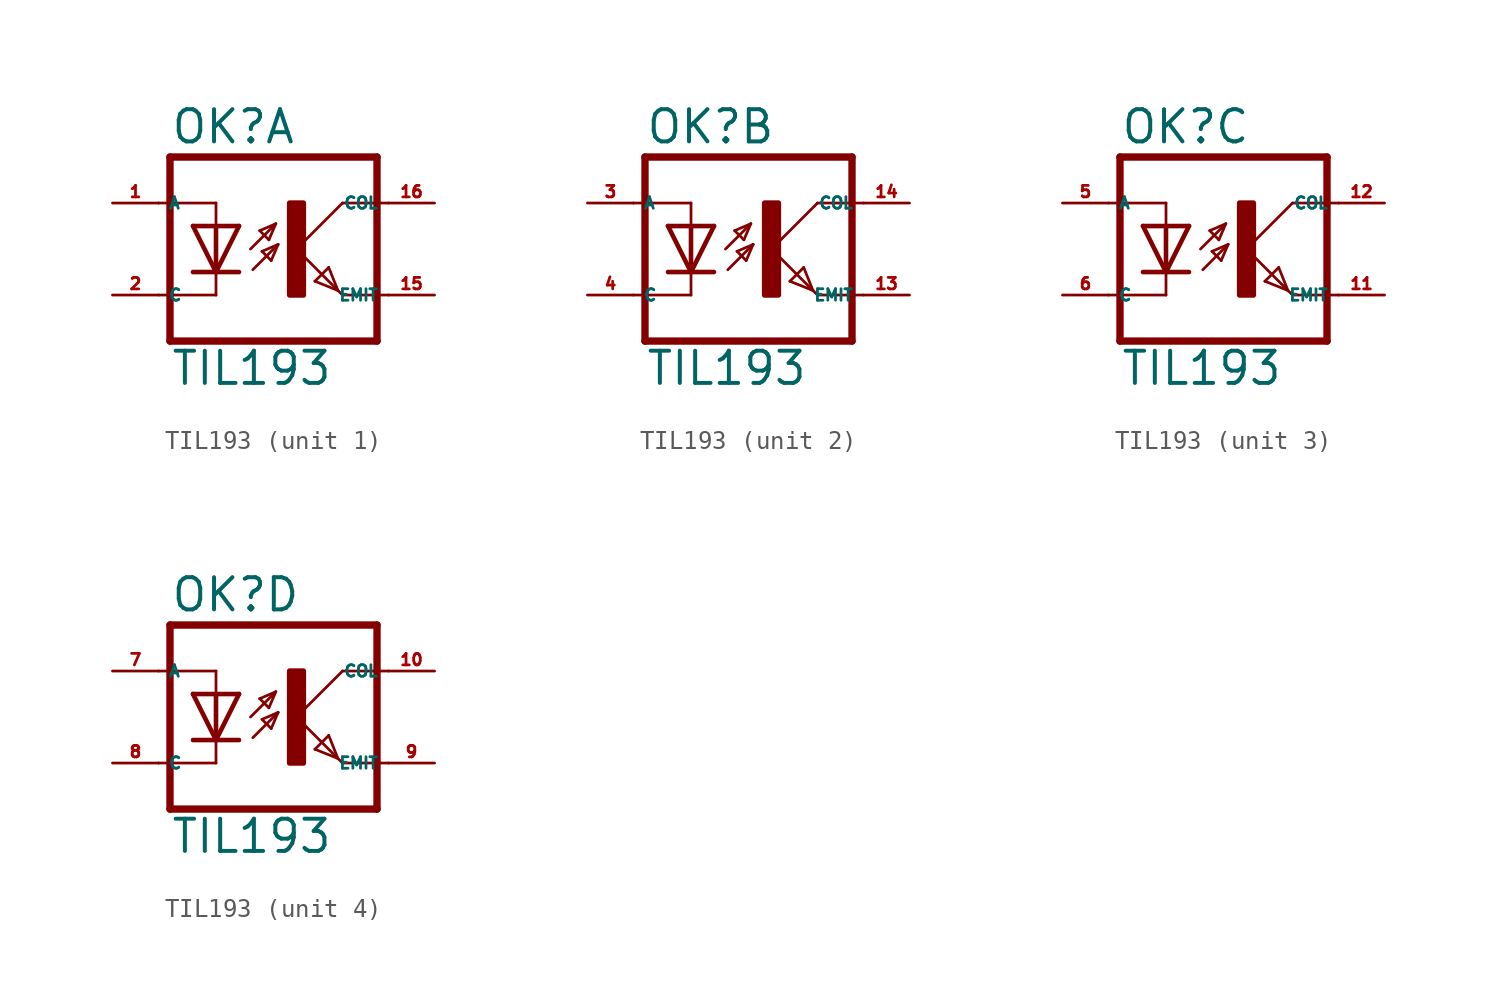
<source format=kicad_sym>
(kicad_symbol_lib
  (version 20220914)
  (generator kicad_symbol_editor)
  (symbol "TIL193"
    (property "Reference" "OK"
      (at -6.985 5.715 0)
      (effects (font (size 1.778 1.778) (thickness 0.22)) (justify left bottom)))
    (property "Value" "TIL193"
      (at -6.985 -7.62 0)
      (effects (font (size 1.778 1.778) (thickness 0.22)) (justify left bottom)))
    (symbol "TIL193_1_0"
      (rectangle (start -0.381 -2.54) (end 0.381 2.54) (stroke (width 0.3) (type default)) (fill (type outline)))
      (polyline (pts (xy -6.985 -5.08) (xy 4.445 -5.08)) (stroke (width 0.406) (type default)) (fill (type none)))
      (polyline (pts (xy -6.985 5.08) (xy -6.985 -5.08)) (stroke (width 0.406) (type default)) (fill (type none)))
      (polyline (pts (xy -6.985 5.08) (xy 4.445 5.08)) (stroke (width 0.406) (type default)) (fill (type none)))
      (polyline (pts (xy -4.445 -2.54) (xy -7.62 -2.54)) (stroke (width 0.152) (type default)) (fill (type none)))
      (polyline (pts (xy -4.445 -1.27) (xy -5.715 -1.27)) (stroke (width 0.254) (type default)) (fill (type none)))
      (polyline (pts (xy -4.445 -1.27) (xy -5.715 1.27)) (stroke (width 0.254) (type default)) (fill (type none)))
      (polyline (pts (xy -4.445 -1.27) (xy -4.445 -2.54)) (stroke (width 0.152) (type default)) (fill (type none)))
      (polyline (pts (xy -4.445 1.27) (xy -5.715 1.27)) (stroke (width 0.254) (type default)) (fill (type none)))
      (polyline (pts (xy -4.445 1.27) (xy -4.445 -1.27)) (stroke (width 0.254) (type default)) (fill (type none)))
      (polyline (pts (xy -4.445 2.54) (xy -7.62 2.54)) (stroke (width 0.152) (type default)) (fill (type none)))
      (polyline (pts (xy -4.445 2.54) (xy -4.445 1.27)) (stroke (width 0.152) (type default)) (fill (type none)))
      (polyline (pts (xy -3.175 -1.27) (xy -4.445 -1.27)) (stroke (width 0.254) (type default)) (fill (type none)))
      (polyline (pts (xy -3.175 1.27) (xy -4.445 -1.27)) (stroke (width 0.254) (type default)) (fill (type none)))
      (polyline (pts (xy -3.175 1.27) (xy -4.445 1.27)) (stroke (width 0.254) (type default)) (fill (type none)))
      (polyline (pts (xy -2.54 0) (xy -1.143 1.397)) (stroke (width 0.152) (type default)) (fill (type none)))
      (polyline (pts (xy -2.413 -1.143) (xy -1.016 0.254)) (stroke (width 0.152) (type default)) (fill (type none)))
      (polyline (pts (xy -2.032 1.016) (xy -1.524 0.508)) (stroke (width 0.152) (type default)) (fill (type none)))
      (polyline (pts (xy -1.905 -0.127) (xy -1.397 -0.635)) (stroke (width 0.152) (type default)) (fill (type none)))
      (polyline (pts (xy -1.524 0.508) (xy -1.143 1.397)) (stroke (width 0.152) (type default)) (fill (type none)))
      (polyline (pts (xy -1.397 -0.635) (xy -1.016 0.254)) (stroke (width 0.152) (type default)) (fill (type none)))
      (polyline (pts (xy -1.143 1.397) (xy -2.032 1.016)) (stroke (width 0.152) (type default)) (fill (type none)))
      (polyline (pts (xy -1.016 0.254) (xy -1.905 -0.127)) (stroke (width 0.152) (type default)) (fill (type none)))
      (polyline (pts (xy 0 0) (xy 2.286 -2.286)) (stroke (width 0.152) (type default)) (fill (type none)))
      (polyline (pts (xy 1.016 -1.778) (xy 1.778 -1.016)) (stroke (width 0.152) (type default)) (fill (type none)))
      (polyline (pts (xy 1.778 -1.016) (xy 2.286 -2.286)) (stroke (width 0.152) (type default)) (fill (type none)))
      (polyline (pts (xy 2.286 -2.286) (xy 1.016 -1.778)) (stroke (width 0.152) (type default)) (fill (type none)))
      (polyline (pts (xy 2.286 -2.286) (xy 2.54 -2.54)) (stroke (width 0.152) (type default)) (fill (type none)))
      (polyline (pts (xy 2.54 -2.54) (xy 5.08 -2.54)) (stroke (width 0.152) (type default)) (fill (type none)))
      (polyline (pts (xy 2.54 2.54) (xy 0 0)) (stroke (width 0.152) (type default)) (fill (type none)))
      (polyline (pts (xy 2.54 2.54) (xy 5.08 2.54)) (stroke (width 0.152) (type default)) (fill (type none)))
      (polyline (pts (xy 4.445 5.08) (xy 4.445 -5.08)) (stroke (width 0.406) (type default)) (fill (type none)))
      (pin passive line (at -10.16 2.54 0) (length 2.54) (name "A" (effects (font (size 0.635 0.635)))) (number "1" (effects (font (size 0.635 0.635)))))
      (pin passive line (at 7.62 -2.54 180) (length 2.54) (name "EMIT" (effects (font (size 0.635 0.635)))) (number "15" (effects (font (size 0.635 0.635)))))
      (pin passive line (at 7.62 2.54 180) (length 2.54) (name "COL" (effects (font (size 0.635 0.635)))) (number "16" (effects (font (size 0.635 0.635)))))
      (pin passive line (at -10.16 -2.54 0) (length 2.54) (name "C" (effects (font (size 0.635 0.635)))) (number "2" (effects (font (size 0.635 0.635))))))
    (symbol "TIL193_2_0"
      (rectangle (start -0.381 -2.54) (end 0.381 2.54) (stroke (width 0.3) (type default)) (fill (type outline)))
      (polyline (pts (xy -6.985 -5.08) (xy 4.445 -5.08)) (stroke (width 0.406) (type default)) (fill (type none)))
      (polyline (pts (xy -6.985 5.08) (xy -6.985 -5.08)) (stroke (width 0.406) (type default)) (fill (type none)))
      (polyline (pts (xy -6.985 5.08) (xy 4.445 5.08)) (stroke (width 0.406) (type default)) (fill (type none)))
      (polyline (pts (xy -4.445 -2.54) (xy -7.62 -2.54)) (stroke (width 0.152) (type default)) (fill (type none)))
      (polyline (pts (xy -4.445 -1.27) (xy -5.715 -1.27)) (stroke (width 0.254) (type default)) (fill (type none)))
      (polyline (pts (xy -4.445 -1.27) (xy -5.715 1.27)) (stroke (width 0.254) (type default)) (fill (type none)))
      (polyline (pts (xy -4.445 -1.27) (xy -4.445 -2.54)) (stroke (width 0.152) (type default)) (fill (type none)))
      (polyline (pts (xy -4.445 1.27) (xy -5.715 1.27)) (stroke (width 0.254) (type default)) (fill (type none)))
      (polyline (pts (xy -4.445 1.27) (xy -4.445 -1.27)) (stroke (width 0.254) (type default)) (fill (type none)))
      (polyline (pts (xy -4.445 2.54) (xy -7.62 2.54)) (stroke (width 0.152) (type default)) (fill (type none)))
      (polyline (pts (xy -4.445 2.54) (xy -4.445 1.27)) (stroke (width 0.152) (type default)) (fill (type none)))
      (polyline (pts (xy -3.175 -1.27) (xy -4.445 -1.27)) (stroke (width 0.254) (type default)) (fill (type none)))
      (polyline (pts (xy -3.175 1.27) (xy -4.445 -1.27)) (stroke (width 0.254) (type default)) (fill (type none)))
      (polyline (pts (xy -3.175 1.27) (xy -4.445 1.27)) (stroke (width 0.254) (type default)) (fill (type none)))
      (polyline (pts (xy -2.54 0) (xy -1.143 1.397)) (stroke (width 0.152) (type default)) (fill (type none)))
      (polyline (pts (xy -2.413 -1.143) (xy -1.016 0.254)) (stroke (width 0.152) (type default)) (fill (type none)))
      (polyline (pts (xy -2.032 1.016) (xy -1.524 0.508)) (stroke (width 0.152) (type default)) (fill (type none)))
      (polyline (pts (xy -1.905 -0.127) (xy -1.397 -0.635)) (stroke (width 0.152) (type default)) (fill (type none)))
      (polyline (pts (xy -1.524 0.508) (xy -1.143 1.397)) (stroke (width 0.152) (type default)) (fill (type none)))
      (polyline (pts (xy -1.397 -0.635) (xy -1.016 0.254)) (stroke (width 0.152) (type default)) (fill (type none)))
      (polyline (pts (xy -1.143 1.397) (xy -2.032 1.016)) (stroke (width 0.152) (type default)) (fill (type none)))
      (polyline (pts (xy -1.016 0.254) (xy -1.905 -0.127)) (stroke (width 0.152) (type default)) (fill (type none)))
      (polyline (pts (xy 0 0) (xy 2.286 -2.286)) (stroke (width 0.152) (type default)) (fill (type none)))
      (polyline (pts (xy 1.016 -1.778) (xy 1.778 -1.016)) (stroke (width 0.152) (type default)) (fill (type none)))
      (polyline (pts (xy 1.778 -1.016) (xy 2.286 -2.286)) (stroke (width 0.152) (type default)) (fill (type none)))
      (polyline (pts (xy 2.286 -2.286) (xy 1.016 -1.778)) (stroke (width 0.152) (type default)) (fill (type none)))
      (polyline (pts (xy 2.286 -2.286) (xy 2.54 -2.54)) (stroke (width 0.152) (type default)) (fill (type none)))
      (polyline (pts (xy 2.54 -2.54) (xy 5.08 -2.54)) (stroke (width 0.152) (type default)) (fill (type none)))
      (polyline (pts (xy 2.54 2.54) (xy 0 0)) (stroke (width 0.152) (type default)) (fill (type none)))
      (polyline (pts (xy 2.54 2.54) (xy 5.08 2.54)) (stroke (width 0.152) (type default)) (fill (type none)))
      (polyline (pts (xy 4.445 5.08) (xy 4.445 -5.08)) (stroke (width 0.406) (type default)) (fill (type none)))
      (pin passive line (at 7.62 -2.54 180) (length 2.54) (name "EMIT" (effects (font (size 0.635 0.635)))) (number "13" (effects (font (size 0.635 0.635)))))
      (pin passive line (at 7.62 2.54 180) (length 2.54) (name "COL" (effects (font (size 0.635 0.635)))) (number "14" (effects (font (size 0.635 0.635)))))
      (pin passive line (at -10.16 2.54 0) (length 2.54) (name "A" (effects (font (size 0.635 0.635)))) (number "3" (effects (font (size 0.635 0.635)))))
      (pin passive line (at -10.16 -2.54 0) (length 2.54) (name "C" (effects (font (size 0.635 0.635)))) (number "4" (effects (font (size 0.635 0.635))))))
    (symbol "TIL193_3_0"
      (rectangle (start -0.381 -2.54) (end 0.381 2.54) (stroke (width 0.3) (type default)) (fill (type outline)))
      (polyline (pts (xy -6.985 -5.08) (xy 4.445 -5.08)) (stroke (width 0.406) (type default)) (fill (type none)))
      (polyline (pts (xy -6.985 5.08) (xy -6.985 -5.08)) (stroke (width 0.406) (type default)) (fill (type none)))
      (polyline (pts (xy -6.985 5.08) (xy 4.445 5.08)) (stroke (width 0.406) (type default)) (fill (type none)))
      (polyline (pts (xy -4.445 -2.54) (xy -7.62 -2.54)) (stroke (width 0.152) (type default)) (fill (type none)))
      (polyline (pts (xy -4.445 -1.27) (xy -5.715 -1.27)) (stroke (width 0.254) (type default)) (fill (type none)))
      (polyline (pts (xy -4.445 -1.27) (xy -5.715 1.27)) (stroke (width 0.254) (type default)) (fill (type none)))
      (polyline (pts (xy -4.445 -1.27) (xy -4.445 -2.54)) (stroke (width 0.152) (type default)) (fill (type none)))
      (polyline (pts (xy -4.445 1.27) (xy -5.715 1.27)) (stroke (width 0.254) (type default)) (fill (type none)))
      (polyline (pts (xy -4.445 1.27) (xy -4.445 -1.27)) (stroke (width 0.254) (type default)) (fill (type none)))
      (polyline (pts (xy -4.445 2.54) (xy -7.62 2.54)) (stroke (width 0.152) (type default)) (fill (type none)))
      (polyline (pts (xy -4.445 2.54) (xy -4.445 1.27)) (stroke (width 0.152) (type default)) (fill (type none)))
      (polyline (pts (xy -3.175 -1.27) (xy -4.445 -1.27)) (stroke (width 0.254) (type default)) (fill (type none)))
      (polyline (pts (xy -3.175 1.27) (xy -4.445 -1.27)) (stroke (width 0.254) (type default)) (fill (type none)))
      (polyline (pts (xy -3.175 1.27) (xy -4.445 1.27)) (stroke (width 0.254) (type default)) (fill (type none)))
      (polyline (pts (xy -2.54 0) (xy -1.143 1.397)) (stroke (width 0.152) (type default)) (fill (type none)))
      (polyline (pts (xy -2.413 -1.143) (xy -1.016 0.254)) (stroke (width 0.152) (type default)) (fill (type none)))
      (polyline (pts (xy -2.032 1.016) (xy -1.524 0.508)) (stroke (width 0.152) (type default)) (fill (type none)))
      (polyline (pts (xy -1.905 -0.127) (xy -1.397 -0.635)) (stroke (width 0.152) (type default)) (fill (type none)))
      (polyline (pts (xy -1.524 0.508) (xy -1.143 1.397)) (stroke (width 0.152) (type default)) (fill (type none)))
      (polyline (pts (xy -1.397 -0.635) (xy -1.016 0.254)) (stroke (width 0.152) (type default)) (fill (type none)))
      (polyline (pts (xy -1.143 1.397) (xy -2.032 1.016)) (stroke (width 0.152) (type default)) (fill (type none)))
      (polyline (pts (xy -1.016 0.254) (xy -1.905 -0.127)) (stroke (width 0.152) (type default)) (fill (type none)))
      (polyline (pts (xy 0 0) (xy 2.286 -2.286)) (stroke (width 0.152) (type default)) (fill (type none)))
      (polyline (pts (xy 1.016 -1.778) (xy 1.778 -1.016)) (stroke (width 0.152) (type default)) (fill (type none)))
      (polyline (pts (xy 1.778 -1.016) (xy 2.286 -2.286)) (stroke (width 0.152) (type default)) (fill (type none)))
      (polyline (pts (xy 2.286 -2.286) (xy 1.016 -1.778)) (stroke (width 0.152) (type default)) (fill (type none)))
      (polyline (pts (xy 2.286 -2.286) (xy 2.54 -2.54)) (stroke (width 0.152) (type default)) (fill (type none)))
      (polyline (pts (xy 2.54 -2.54) (xy 5.08 -2.54)) (stroke (width 0.152) (type default)) (fill (type none)))
      (polyline (pts (xy 2.54 2.54) (xy 0 0)) (stroke (width 0.152) (type default)) (fill (type none)))
      (polyline (pts (xy 2.54 2.54) (xy 5.08 2.54)) (stroke (width 0.152) (type default)) (fill (type none)))
      (polyline (pts (xy 4.445 5.08) (xy 4.445 -5.08)) (stroke (width 0.406) (type default)) (fill (type none)))
      (pin passive line (at 7.62 -2.54 180) (length 2.54) (name "EMIT" (effects (font (size 0.635 0.635)))) (number "11" (effects (font (size 0.635 0.635)))))
      (pin passive line (at 7.62 2.54 180) (length 2.54) (name "COL" (effects (font (size 0.635 0.635)))) (number "12" (effects (font (size 0.635 0.635)))))
      (pin passive line (at -10.16 2.54 0) (length 2.54) (name "A" (effects (font (size 0.635 0.635)))) (number "5" (effects (font (size 0.635 0.635)))))
      (pin passive line (at -10.16 -2.54 0) (length 2.54) (name "C" (effects (font (size 0.635 0.635)))) (number "6" (effects (font (size 0.635 0.635))))))
    (symbol "TIL193_4_0"
      (rectangle (start -0.381 -2.54) (end 0.381 2.54) (stroke (width 0.3) (type default)) (fill (type outline)))
      (polyline (pts (xy -6.985 -5.08) (xy 4.445 -5.08)) (stroke (width 0.406) (type default)) (fill (type none)))
      (polyline (pts (xy -6.985 5.08) (xy -6.985 -5.08)) (stroke (width 0.406) (type default)) (fill (type none)))
      (polyline (pts (xy -6.985 5.08) (xy 4.445 5.08)) (stroke (width 0.406) (type default)) (fill (type none)))
      (polyline (pts (xy -4.445 -2.54) (xy -7.62 -2.54)) (stroke (width 0.152) (type default)) (fill (type none)))
      (polyline (pts (xy -4.445 -1.27) (xy -5.715 -1.27)) (stroke (width 0.254) (type default)) (fill (type none)))
      (polyline (pts (xy -4.445 -1.27) (xy -5.715 1.27)) (stroke (width 0.254) (type default)) (fill (type none)))
      (polyline (pts (xy -4.445 -1.27) (xy -4.445 -2.54)) (stroke (width 0.152) (type default)) (fill (type none)))
      (polyline (pts (xy -4.445 1.27) (xy -5.715 1.27)) (stroke (width 0.254) (type default)) (fill (type none)))
      (polyline (pts (xy -4.445 1.27) (xy -4.445 -1.27)) (stroke (width 0.254) (type default)) (fill (type none)))
      (polyline (pts (xy -4.445 2.54) (xy -7.62 2.54)) (stroke (width 0.152) (type default)) (fill (type none)))
      (polyline (pts (xy -4.445 2.54) (xy -4.445 1.27)) (stroke (width 0.152) (type default)) (fill (type none)))
      (polyline (pts (xy -3.175 -1.27) (xy -4.445 -1.27)) (stroke (width 0.254) (type default)) (fill (type none)))
      (polyline (pts (xy -3.175 1.27) (xy -4.445 -1.27)) (stroke (width 0.254) (type default)) (fill (type none)))
      (polyline (pts (xy -3.175 1.27) (xy -4.445 1.27)) (stroke (width 0.254) (type default)) (fill (type none)))
      (polyline (pts (xy -2.54 0) (xy -1.143 1.397)) (stroke (width 0.152) (type default)) (fill (type none)))
      (polyline (pts (xy -2.413 -1.143) (xy -1.016 0.254)) (stroke (width 0.152) (type default)) (fill (type none)))
      (polyline (pts (xy -2.032 1.016) (xy -1.524 0.508)) (stroke (width 0.152) (type default)) (fill (type none)))
      (polyline (pts (xy -1.905 -0.127) (xy -1.397 -0.635)) (stroke (width 0.152) (type default)) (fill (type none)))
      (polyline (pts (xy -1.524 0.508) (xy -1.143 1.397)) (stroke (width 0.152) (type default)) (fill (type none)))
      (polyline (pts (xy -1.397 -0.635) (xy -1.016 0.254)) (stroke (width 0.152) (type default)) (fill (type none)))
      (polyline (pts (xy -1.143 1.397) (xy -2.032 1.016)) (stroke (width 0.152) (type default)) (fill (type none)))
      (polyline (pts (xy -1.016 0.254) (xy -1.905 -0.127)) (stroke (width 0.152) (type default)) (fill (type none)))
      (polyline (pts (xy 0 0) (xy 2.286 -2.286)) (stroke (width 0.152) (type default)) (fill (type none)))
      (polyline (pts (xy 1.016 -1.778) (xy 1.778 -1.016)) (stroke (width 0.152) (type default)) (fill (type none)))
      (polyline (pts (xy 1.778 -1.016) (xy 2.286 -2.286)) (stroke (width 0.152) (type default)) (fill (type none)))
      (polyline (pts (xy 2.286 -2.286) (xy 1.016 -1.778)) (stroke (width 0.152) (type default)) (fill (type none)))
      (polyline (pts (xy 2.286 -2.286) (xy 2.54 -2.54)) (stroke (width 0.152) (type default)) (fill (type none)))
      (polyline (pts (xy 2.54 -2.54) (xy 5.08 -2.54)) (stroke (width 0.152) (type default)) (fill (type none)))
      (polyline (pts (xy 2.54 2.54) (xy 0 0)) (stroke (width 0.152) (type default)) (fill (type none)))
      (polyline (pts (xy 2.54 2.54) (xy 5.08 2.54)) (stroke (width 0.152) (type default)) (fill (type none)))
      (polyline (pts (xy 4.445 5.08) (xy 4.445 -5.08)) (stroke (width 0.406) (type default)) (fill (type none)))
      (pin passive line (at 7.62 2.54 180) (length 2.54) (name "COL" (effects (font (size 0.635 0.635)))) (number "10" (effects (font (size 0.635 0.635)))))
      (pin passive line (at -10.16 2.54 0) (length 2.54) (name "A" (effects (font (size 0.635 0.635)))) (number "7" (effects (font (size 0.635 0.635)))))
      (pin passive line (at -10.16 -2.54 0) (length 2.54) (name "C" (effects (font (size 0.635 0.635)))) (number "8" (effects (font (size 0.635 0.635)))))
      (pin passive line (at 7.62 -2.54 180) (length 2.54) (name "EMIT" (effects (font (size 0.635 0.635)))) (number "9" (effects (font (size 0.635 0.635))))))))
</source>
